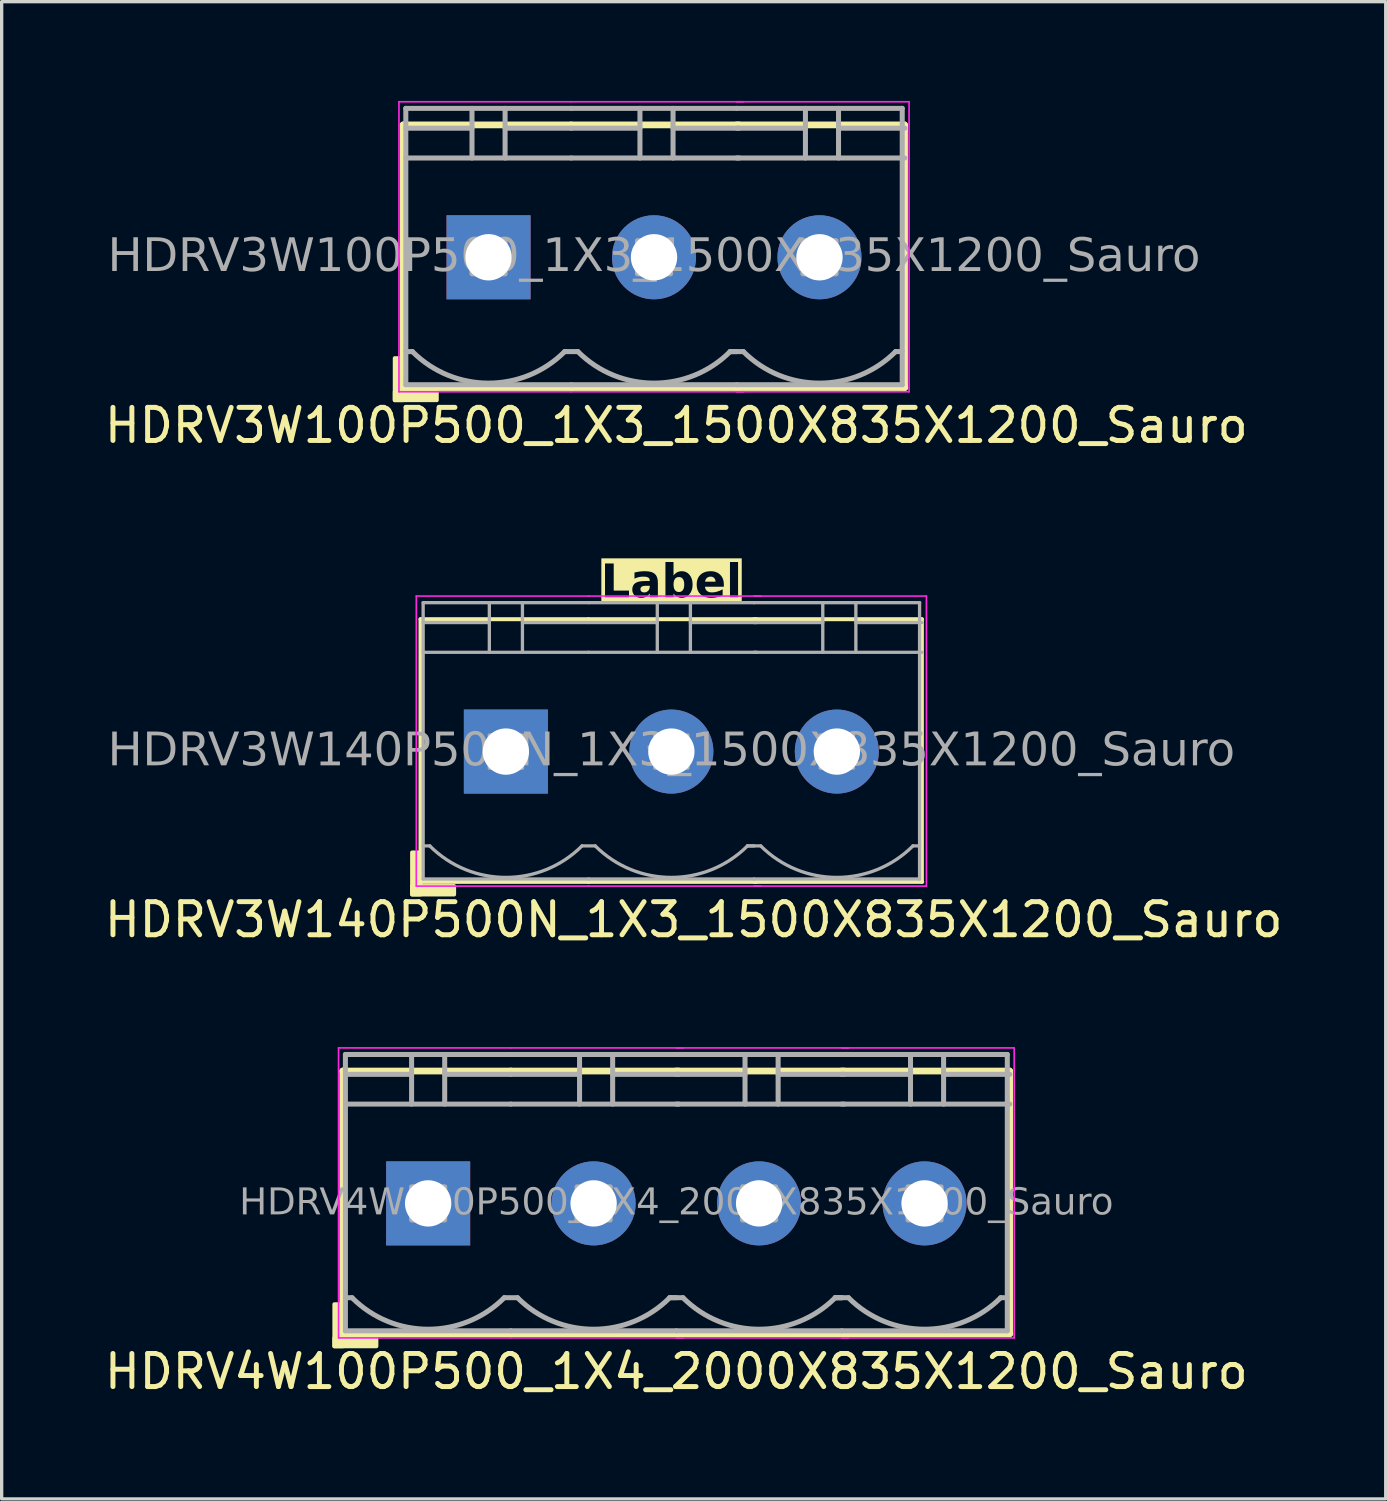
<source format=kicad_pcb>
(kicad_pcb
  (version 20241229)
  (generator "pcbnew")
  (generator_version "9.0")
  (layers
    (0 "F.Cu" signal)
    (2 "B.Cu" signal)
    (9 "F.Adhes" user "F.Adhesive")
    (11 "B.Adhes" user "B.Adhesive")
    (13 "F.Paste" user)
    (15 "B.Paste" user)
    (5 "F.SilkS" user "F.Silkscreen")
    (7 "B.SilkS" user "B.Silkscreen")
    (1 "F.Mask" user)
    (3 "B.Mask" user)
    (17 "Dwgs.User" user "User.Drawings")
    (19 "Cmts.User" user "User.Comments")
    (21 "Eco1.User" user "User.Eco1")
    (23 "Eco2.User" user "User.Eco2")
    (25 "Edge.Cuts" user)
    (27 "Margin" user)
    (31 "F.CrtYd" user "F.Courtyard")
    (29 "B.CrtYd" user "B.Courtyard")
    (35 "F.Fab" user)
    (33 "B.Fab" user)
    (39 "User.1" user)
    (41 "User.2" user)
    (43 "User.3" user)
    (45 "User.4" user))
  (footprint "HDRV4W100P500_1X4_2000X835X1200_Sauro"
    (layer "F.Cu")
    (at 17.387 33.312)
    (property "Reference" "HDRV4W100P500_1X4_2000X835X1200_Sauro" (at 0 5.08 0) (layer "F.SilkS") (effects (font (size 1 1) (thickness 0.15))))
    (attr through_hole)
    (fp_line (start -10.08 -4) (end -10.08 3.937) (stroke (width 0.203) (type solid)) (layer "F.SilkS"))
    (fp_line (start -10.08 3.937) (end -5 3.937) (stroke (width 0.203) (type solid)) (layer "F.SilkS"))
    (fp_line (start -5.005 -4) (end -10.08 -4) (stroke (width 0.203) (type solid)) (layer "F.SilkS"))
    (fp_line (start -5 3.937) (end 0.08 3.937) (stroke (width 0.203) (type solid)) (layer "F.SilkS"))
    (fp_line (start 0 3.937) (end 5.08 3.937) (stroke (width 0.203) (type solid)) (layer "F.SilkS"))
    (fp_line (start 0.07 -4) (end -5.005 -4) (stroke (width 0.203) (type solid)) (layer "F.SilkS"))
    (fp_line (start 5 3.937) (end 10.08 3.937) (stroke (width 0.203) (type solid)) (layer "F.SilkS"))
    (fp_line (start 5.07 -4) (end -0.005 -4) (stroke (width 0.203) (type solid)) (layer "F.SilkS"))
    (fp_line (start 10.07 -4) (end 4.995 -4) (stroke (width 0.203) (type solid)) (layer "F.SilkS"))
    (fp_line (start 10.07 -4) (end 10.07 3.937) (stroke (width 0.203) (type solid)) (layer "F.SilkS"))
    (fp_rect (start -10.08 3.048) (end -10.334 4.318) (stroke (width 0.12) (type solid)) (fill yes) (layer "F.SilkS"))
    (fp_rect (start -9.064 4.318) (end -10.334 4.064) (stroke (width 0.12) (type solid)) (fill yes) (layer "F.SilkS"))
    (fp_line (start -10.207 4.064) (end -10.207 -4.699) (stroke (width 0.05) (type solid)) (layer "F.CrtYd"))
    (fp_line (start -5.005 4.064) (end -10.207 4.064) (stroke (width 0.05) (type solid)) (layer "F.CrtYd"))
    (fp_line (start -5 -4.699) (end -10.207 -4.699) (stroke (width 0.05) (type solid)) (layer "F.CrtYd"))
    (fp_line (start 0.207 -4.699) (end -5 -4.699) (stroke (width 0.05) (type solid)) (layer "F.CrtYd"))
    (fp_line (start 0.207 4.064) (end -5.005 4.064) (stroke (width 0.05) (type solid)) (layer "F.CrtYd"))
    (fp_line (start 5.207 -4.699) (end 0 -4.699) (stroke (width 0.05) (type solid)) (layer "F.CrtYd"))
    (fp_line (start 5.207 4.064) (end -0.005 4.064) (stroke (width 0.05) (type solid)) (layer "F.CrtYd"))
    (fp_line (start 10.207 -4.699) (end 5 -4.699) (stroke (width 0.05) (type solid)) (layer "F.CrtYd"))
    (fp_line (start 10.207 -4.699) (end 10.207 4.064) (stroke (width 0.05) (type solid)) (layer "F.CrtYd"))
    (fp_line (start 10.207 4.064) (end 4.995 4.064) (stroke (width 0.05) (type solid)) (layer "F.CrtYd"))
    (fp_line (start -10 -4.5) (end -10 3.85) (stroke (width 0.152) (type solid)) (layer "F.Fab"))
    (fp_line (start -9.8 2.85) (end -10 2.85) (stroke (width 0.152) (type solid)) (layer "F.Fab"))
    (fp_line (start -8 -4.5) (end -8 -3) (stroke (width 0.152) (type default)) (layer "F.Fab"))
    (fp_line (start -8 -3.9) (end -10 -3.9) (stroke (width 0.152) (type solid)) (layer "F.Fab"))
    (fp_line (start -7 -4.5) (end -7 -3) (stroke (width 0.152) (type default)) (layer "F.Fab"))
    (fp_line (start -7 -3.9) (end -5 -3.9) (stroke (width 0.152) (type solid)) (layer "F.Fab"))
    (fp_line (start -5.2 2.85) (end -4.8 2.85) (stroke (width 0.152) (type solid)) (layer "F.Fab"))
    (fp_line (start -5 -4.5) (end -10 -4.5) (stroke (width 0.152) (type solid)) (layer "F.Fab"))
    (fp_line (start -5 -3) (end -10 -3) (stroke (width 0.152) (type solid)) (layer "F.Fab"))
    (fp_line (start -5 3.85) (end -10 3.85) (stroke (width 0.152) (type solid)) (layer "F.Fab"))
    (fp_line (start -5 3.85) (end 0 3.85) (stroke (width 0.152) (type solid)) (layer "F.Fab"))
    (fp_line (start -2.925 -4.5) (end -2.925 -3) (stroke (width 0.152) (type default)) (layer "F.Fab"))
    (fp_line (start -2.925 -3.9) (end -5 -3.9) (stroke (width 0.152) (type solid)) (layer "F.Fab"))
    (fp_line (start -1.925 -4.5) (end -1.925 -3) (stroke (width 0.152) (type default)) (layer "F.Fab"))
    (fp_line (start -1.925 -3.9) (end 0.075 -3.9) (stroke (width 0.152) (type solid)) (layer "F.Fab"))
    (fp_line (start -0.2 2.85) (end 0.2 2.85) (stroke (width 0.152) (type solid)) (layer "F.Fab"))
    (fp_line (start 0 -4.5) (end -5 -4.5) (stroke (width 0.152) (type solid)) (layer "F.Fab"))
    (fp_line (start 0 2.85) (end -0.2 2.85) (stroke (width 0.152) (type solid)) (layer "F.Fab"))
    (fp_line (start 0 3.85) (end 5 3.85) (stroke (width 0.152) (type solid)) (layer "F.Fab"))
    (fp_line (start 0.075 -3) (end -5 -3) (stroke (width 0.152) (type solid)) (layer "F.Fab"))
    (fp_line (start 2.075 -4.5) (end 2.075 -3) (stroke (width 0.152) (type default)) (layer "F.Fab"))
    (fp_line (start 2.075 -3.9) (end 0 -3.9) (stroke (width 0.152) (type solid)) (layer "F.Fab"))
    (fp_line (start 3.075 -4.5) (end 3.075 -3) (stroke (width 0.152) (type default)) (layer "F.Fab"))
    (fp_line (start 3.075 -3.9) (end 5.075 -3.9) (stroke (width 0.152) (type solid)) (layer "F.Fab"))
    (fp_line (start 4.8 2.85) (end 5.2 2.85) (stroke (width 0.152) (type solid)) (layer "F.Fab"))
    (fp_line (start 5 -4.5) (end 0 -4.5) (stroke (width 0.152) (type solid)) (layer "F.Fab"))
    (fp_line (start 5 2.85) (end 4.8 2.85) (stroke (width 0.152) (type solid)) (layer "F.Fab"))
    (fp_line (start 5 2.85) (end 4.8 2.85) (stroke (width 0.152) (type solid)) (layer "F.Fab"))
    (fp_line (start 5 3.85) (end 10 3.85) (stroke (width 0.152) (type solid)) (layer "F.Fab"))
    (fp_line (start 5.075 -3) (end 0 -3) (stroke (width 0.152) (type solid)) (layer "F.Fab"))
    (fp_line (start 7.075 -4.5) (end 7.075 -3) (stroke (width 0.152) (type default)) (layer "F.Fab"))
    (fp_line (start 7.075 -3.9) (end 5 -3.9) (stroke (width 0.152) (type solid)) (layer "F.Fab"))
    (fp_line (start 8.075 -4.5) (end 8.075 -3) (stroke (width 0.152) (type default)) (layer "F.Fab"))
    (fp_line (start 8.075 -3.9) (end 10.075 -3.9) (stroke (width 0.152) (type solid)) (layer "F.Fab"))
    (fp_line (start 10 -4.5) (end 5 -4.5) (stroke (width 0.152) (type solid)) (layer "F.Fab"))
    (fp_line (start 10 -4.5) (end 10 3.85) (stroke (width 0.152) (type solid)) (layer "F.Fab"))
    (fp_line (start 10 2.85) (end 9.8 2.85) (stroke (width 0.152) (type solid)) (layer "F.Fab"))
    (fp_line (start 10.075 -3) (end 5 -3) (stroke (width 0.152) (type solid)) (layer "F.Fab"))
    (fp_rect (start -8 -0.5) (end -7 0.5) (stroke (width 0.152) (type solid)) (fill no) (layer "F.Fab"))
    (fp_rect (start -3 -0.5) (end -2 0.5) (stroke (width 0.152) (type solid)) (fill no) (layer "F.Fab"))
    (fp_rect (start 2 -0.5) (end 3 0.5) (stroke (width 0.152) (type solid)) (fill no) (layer "F.Fab"))
    (fp_rect (start 7 -0.5) (end 8 0.5) (stroke (width 0.152) (type solid)) (fill no) (layer "F.Fab"))
    (fp_arc (start -5.2 2.85) (mid -7.5 3.802691) (end -9.8 2.85) (stroke (width 0.1524) (type default)) (layer "F.Fab"))
    (fp_arc (start -0.2 2.85) (mid -2.5 3.802691) (end -4.8 2.85) (stroke (width 0.1524) (type default)) (layer "F.Fab"))
    (fp_arc (start 4.8 2.85) (mid 2.5 3.802691) (end 0.2 2.85) (stroke (width 0.1524) (type default)) (layer "F.Fab"))
    (fp_arc (start 9.8 2.85) (mid 7.5 3.802691) (end 5.2 2.85) (stroke (width 0.1524) (type default)) (layer "F.Fab"))
    (fp_text user "${REFERENCE}" (at 0 0 0) (layer "F.Fab") (effects (font (face "Tahoma") (size 0.8 0.8) (thickness 0.15))))
    (pad "1" thru_hole rect (at -7.5 0) (size 2.54 2.54) (drill 1.4) (layers "*.Cu" "*.Mask"))
    (pad "2" thru_hole circle (at -2.5 0) (size 2.54 2.54) (drill 1.4) (layers "*.Cu" "*.Mask"))
    (pad "3" thru_hole circle (at 2.5 0) (size 2.54 2.54) (drill 1.4) (layers "*.Cu" "*.Mask"))
    (pad "4" thru_hole circle (at 7.5 0) (size 2.54 2.54) (drill 1.4) (layers "*.Cu" "*.Mask")))
  (footprint "HDRV3W100P500_1X3_1500X835X1200_Sauro"
    (layer "F.Cu")
    (at 16.712 4.724)
    (property "Reference" "HDRV3W100P500_1X3_1500X835X1200_Sauro" (at 0.675 5.08 0) (layer "F.SilkS") (effects (font (size 1 1) (thickness 0.15))))
    (attr through_hole)
    (fp_line (start -7.58 -4) (end -7.58 3.937) (stroke (width 0.203) (type solid)) (layer "F.SilkS"))
    (fp_line (start -7.58 3.937) (end -2.5 3.937) (stroke (width 0.203) (type solid)) (layer "F.SilkS"))
    (fp_line (start -2.505 -4) (end -7.58 -4) (stroke (width 0.203) (type solid)) (layer "F.SilkS"))
    (fp_line (start -2.5 3.937) (end 2.58 3.937) (stroke (width 0.203) (type solid)) (layer "F.SilkS"))
    (fp_line (start 2.5 3.937) (end 7.58 3.937) (stroke (width 0.203) (type solid)) (layer "F.SilkS"))
    (fp_line (start 2.57 -4) (end -2.505 -4) (stroke (width 0.203) (type solid)) (layer "F.SilkS"))
    (fp_line (start 7.57 -4) (end 2.495 -4) (stroke (width 0.203) (type solid)) (layer "F.SilkS"))
    (fp_line (start 7.57 -4) (end 7.57 3.937) (stroke (width 0.203) (type solid)) (layer "F.SilkS"))
    (fp_rect (start -7.58 3.048) (end -7.834 4.318) (stroke (width 0.12) (type solid)) (fill yes) (layer "F.SilkS"))
    (fp_rect (start -6.564 4.318) (end -7.834 4.064) (stroke (width 0.12) (type solid)) (fill yes) (layer "F.SilkS"))
    (fp_line (start -7.707 4.064) (end -7.707 -4.699) (stroke (width 0.05) (type solid)) (layer "F.CrtYd"))
    (fp_line (start -2.505 4.064) (end -7.707 4.064) (stroke (width 0.05) (type solid)) (layer "F.CrtYd"))
    (fp_line (start -2.5 -4.699) (end -7.707 -4.699) (stroke (width 0.05) (type solid)) (layer "F.CrtYd"))
    (fp_line (start 2.707 -4.699) (end -2.5 -4.699) (stroke (width 0.05) (type solid)) (layer "F.CrtYd"))
    (fp_line (start 2.707 4.064) (end -2.505 4.064) (stroke (width 0.05) (type solid)) (layer "F.CrtYd"))
    (fp_line (start 7.707 -4.699) (end 2.5 -4.699) (stroke (width 0.05) (type solid)) (layer "F.CrtYd"))
    (fp_line (start 7.707 -4.699) (end 7.707 4.064) (stroke (width 0.05) (type solid)) (layer "F.CrtYd"))
    (fp_line (start 7.707 4.064) (end 2.495 4.064) (stroke (width 0.05) (type solid)) (layer "F.CrtYd"))
    (fp_line (start -7.5 -4.5) (end -7.5 3.85) (stroke (width 0.152) (type solid)) (layer "F.Fab"))
    (fp_line (start -7.3 2.85) (end -7.5 2.85) (stroke (width 0.152) (type solid)) (layer "F.Fab"))
    (fp_line (start -5.5 -4.5) (end -5.5 -3) (stroke (width 0.152) (type default)) (layer "F.Fab"))
    (fp_line (start -5.5 -3.9) (end -7.5 -3.9) (stroke (width 0.152) (type solid)) (layer "F.Fab"))
    (fp_line (start -4.5 -4.5) (end -4.5 -3) (stroke (width 0.152) (type default)) (layer "F.Fab"))
    (fp_line (start -4.5 -3.9) (end -2.5 -3.9) (stroke (width 0.152) (type solid)) (layer "F.Fab"))
    (fp_line (start -2.7 2.85) (end -2.3 2.85) (stroke (width 0.152) (type solid)) (layer "F.Fab"))
    (fp_line (start -2.5 -4.5) (end -7.5 -4.5) (stroke (width 0.152) (type solid)) (layer "F.Fab"))
    (fp_line (start -2.5 -3) (end -7.5 -3) (stroke (width 0.152) (type solid)) (layer "F.Fab"))
    (fp_line (start -2.5 3.85) (end -7.5 3.85) (stroke (width 0.152) (type solid)) (layer "F.Fab"))
    (fp_line (start -2.5 3.85) (end 2.5 3.85) (stroke (width 0.152) (type solid)) (layer "F.Fab"))
    (fp_line (start -0.425 -4.5) (end -0.425 -3) (stroke (width 0.152) (type default)) (layer "F.Fab"))
    (fp_line (start -0.425 -3.9) (end -2.5 -3.9) (stroke (width 0.152) (type solid)) (layer "F.Fab"))
    (fp_line (start 0.575 -4.5) (end 0.575 -3) (stroke (width 0.152) (type default)) (layer "F.Fab"))
    (fp_line (start 0.575 -3.9) (end 2.575 -3.9) (stroke (width 0.152) (type solid)) (layer "F.Fab"))
    (fp_line (start 2.3 2.85) (end 2.7 2.85) (stroke (width 0.152) (type solid)) (layer "F.Fab"))
    (fp_line (start 2.5 -4.5) (end -2.5 -4.5) (stroke (width 0.152) (type solid)) (layer "F.Fab"))
    (fp_line (start 2.5 2.85) (end 2.3 2.85) (stroke (width 0.152) (type solid)) (layer "F.Fab"))
    (fp_line (start 2.5 3.85) (end 7.5 3.85) (stroke (width 0.152) (type solid)) (layer "F.Fab"))
    (fp_line (start 2.575 -3) (end -2.5 -3) (stroke (width 0.152) (type solid)) (layer "F.Fab"))
    (fp_line (start 4.575 -4.5) (end 4.575 -3) (stroke (width 0.152) (type default)) (layer "F.Fab"))
    (fp_line (start 4.575 -3.9) (end 2.5 -3.9) (stroke (width 0.152) (type solid)) (layer "F.Fab"))
    (fp_line (start 5.575 -4.5) (end 5.575 -3) (stroke (width 0.152) (type default)) (layer "F.Fab"))
    (fp_line (start 5.575 -3.9) (end 7.575 -3.9) (stroke (width 0.152) (type solid)) (layer "F.Fab"))
    (fp_line (start 7.5 -4.5) (end 2.5 -4.5) (stroke (width 0.152) (type solid)) (layer "F.Fab"))
    (fp_line (start 7.5 -4.5) (end 7.5 3.85) (stroke (width 0.152) (type solid)) (layer "F.Fab"))
    (fp_line (start 7.5 2.85) (end 7.3 2.85) (stroke (width 0.152) (type solid)) (layer "F.Fab"))
    (fp_line (start 7.575 -3) (end 2.5 -3) (stroke (width 0.152) (type solid)) (layer "F.Fab"))
    (fp_rect (start -5.5 -0.5) (end -4.5 0.5) (stroke (width 0.152) (type solid)) (fill no) (layer "F.Fab"))
    (fp_rect (start -0.5 -0.5) (end 0.5 0.5) (stroke (width 0.152) (type solid)) (fill no) (layer "F.Fab"))
    (fp_rect (start 4.5 -0.5) (end 5.5 0.5) (stroke (width 0.152) (type solid)) (fill no) (layer "F.Fab"))
    (fp_arc (start -2.7 2.85) (mid -5 3.802691) (end -7.3 2.85) (stroke (width 0.1524) (type default)) (layer "F.Fab"))
    (fp_arc (start 2.3 2.85) (mid 0 3.802691) (end -2.3 2.85) (stroke (width 0.1524) (type default)) (layer "F.Fab"))
    (fp_arc (start 7.3 2.85) (mid 5 3.802691) (end 2.7 2.85) (stroke (width 0.1524) (type default)) (layer "F.Fab"))
    (fp_text user "${REFERENCE}" (at 0 0 0) (layer "F.Fab") (effects (font (face "Tahoma") (size 1 1) (thickness 0.15))))
    (pad "1" thru_hole rect (at -5 0) (size 2.54 2.54) (drill 1.4) (layers "*.Cu" "*.Mask"))
    (pad "2" thru_hole circle (at 0 0) (size 2.54 2.54) (drill 1.4) (layers "*.Cu" "*.Mask"))
    (pad "3" thru_hole circle (at 5 0) (size 2.54 2.54) (drill 1.4) (layers "*.Cu" "*.Mask")))
  (footprint "HDRV3W140P500N_1X3_1500X835X1200_Sauro"
    (layer "F.Cu")
    (at 17.236 19.66)
    (property "Reference" "HDRV3W140P500N_1X3_1500X835X1200_Sauro" (at 0.675 5.08 0) (layer "F.SilkS") (effects (font (size 1 1) (thickness 0.15))))
    (property "Label" "Label" (at 0 -5.08 0) (layer "F.SilkS" knockout) (effects (font (face "Tahoma") (size 1 1) (thickness 0.2) (bold yes))))
    (attr through_hole)
    (fp_line (start -7.58 -4) (end -7.58 3.937) (stroke (width 0.12) (type solid)) (layer "F.SilkS"))
    (fp_line (start -7.58 3.937) (end -2.5 3.937) (stroke (width 0.12) (type solid)) (layer "F.SilkS"))
    (fp_line (start -2.505 -4) (end -7.58 -4) (stroke (width 0.12) (type solid)) (layer "F.SilkS"))
    (fp_line (start -2.5 3.937) (end 2.58 3.937) (stroke (width 0.12) (type solid)) (layer "F.SilkS"))
    (fp_line (start 2.5 3.937) (end 7.58 3.937) (stroke (width 0.12) (type solid)) (layer "F.SilkS"))
    (fp_line (start 2.57 -4) (end -2.505 -4) (stroke (width 0.12) (type solid)) (layer "F.SilkS"))
    (fp_line (start 7.57 -4) (end 2.495 -4) (stroke (width 0.12) (type solid)) (layer "F.SilkS"))
    (fp_line (start 7.57 -4) (end 7.57 3.937) (stroke (width 0.12) (type solid)) (layer "F.SilkS"))
    (fp_rect (start -7.58 3.048) (end -7.834 4.318) (stroke (width 0.12) (type solid)) (fill yes) (layer "F.SilkS"))
    (fp_rect (start -6.564 4.318) (end -7.834 4.064) (stroke (width 0.12) (type solid)) (fill yes) (layer "F.SilkS"))
    (fp_line (start -7.707 4.064) (end -7.707 -4.699) (stroke (width 0.05) (type solid)) (layer "F.CrtYd"))
    (fp_line (start -2.505 4.064) (end -7.707 4.064) (stroke (width 0.05) (type solid)) (layer "F.CrtYd"))
    (fp_line (start -2.5 -4.699) (end -7.707 -4.699) (stroke (width 0.05) (type solid)) (layer "F.CrtYd"))
    (fp_line (start 2.707 -4.699) (end -2.5 -4.699) (stroke (width 0.05) (type solid)) (layer "F.CrtYd"))
    (fp_line (start 2.707 4.064) (end -2.505 4.064) (stroke (width 0.05) (type solid)) (layer "F.CrtYd"))
    (fp_line (start 7.707 -4.699) (end 2.5 -4.699) (stroke (width 0.05) (type solid)) (layer "F.CrtYd"))
    (fp_line (start 7.707 -4.699) (end 7.707 4.064) (stroke (width 0.05) (type solid)) (layer "F.CrtYd"))
    (fp_line (start 7.707 4.064) (end 2.495 4.064) (stroke (width 0.05) (type solid)) (layer "F.CrtYd"))
    (fp_line (start -7.5 -4.5) (end -7.5 3.85) (stroke (width 0.1) (type solid)) (layer "F.Fab"))
    (fp_line (start -7.3 2.85) (end -7.5 2.85) (stroke (width 0.1) (type solid)) (layer "F.Fab"))
    (fp_line (start -5.5 -4.5) (end -5.5 -3) (stroke (width 0.1) (type default)) (layer "F.Fab"))
    (fp_line (start -5.5 -3.9) (end -7.5 -3.9) (stroke (width 0.1) (type solid)) (layer "F.Fab"))
    (fp_line (start -4.5 -4.5) (end -4.5 -3) (stroke (width 0.1) (type default)) (layer "F.Fab"))
    (fp_line (start -4.5 -3.9) (end -2.5 -3.9) (stroke (width 0.1) (type solid)) (layer "F.Fab"))
    (fp_line (start -2.7 2.85) (end -2.3 2.85) (stroke (width 0.1) (type solid)) (layer "F.Fab"))
    (fp_line (start -2.5 -4.5) (end -7.5 -4.5) (stroke (width 0.1) (type solid)) (layer "F.Fab"))
    (fp_line (start -2.5 -3) (end -7.5 -3) (stroke (width 0.1) (type solid)) (layer "F.Fab"))
    (fp_line (start -2.5 3.85) (end -7.5 3.85) (stroke (width 0.1) (type solid)) (layer "F.Fab"))
    (fp_line (start -2.5 3.85) (end 2.5 3.85) (stroke (width 0.1) (type solid)) (layer "F.Fab"))
    (fp_line (start -0.425 -4.5) (end -0.425 -3) (stroke (width 0.1) (type default)) (layer "F.Fab"))
    (fp_line (start -0.425 -3.9) (end -2.5 -3.9) (stroke (width 0.1) (type solid)) (layer "F.Fab"))
    (fp_line (start 0.575 -4.5) (end 0.575 -3) (stroke (width 0.1) (type default)) (layer "F.Fab"))
    (fp_line (start 0.575 -3.9) (end 2.575 -3.9) (stroke (width 0.1) (type solid)) (layer "F.Fab"))
    (fp_line (start 2.3 2.85) (end 2.7 2.85) (stroke (width 0.1) (type solid)) (layer "F.Fab"))
    (fp_line (start 2.5 -4.5) (end -2.5 -4.5) (stroke (width 0.1) (type solid)) (layer "F.Fab"))
    (fp_line (start 2.5 2.85) (end 2.3 2.85) (stroke (width 0.1) (type solid)) (layer "F.Fab"))
    (fp_line (start 2.5 3.85) (end 7.5 3.85) (stroke (width 0.1) (type solid)) (layer "F.Fab"))
    (fp_line (start 2.575 -3) (end -2.5 -3) (stroke (width 0.1) (type solid)) (layer "F.Fab"))
    (fp_line (start 4.575 -4.5) (end 4.575 -3) (stroke (width 0.1) (type default)) (layer "F.Fab"))
    (fp_line (start 4.575 -3.9) (end 2.5 -3.9) (stroke (width 0.1) (type solid)) (layer "F.Fab"))
    (fp_line (start 5.575 -4.5) (end 5.575 -3) (stroke (width 0.1) (type default)) (layer "F.Fab"))
    (fp_line (start 5.575 -3.9) (end 7.575 -3.9) (stroke (width 0.1) (type solid)) (layer "F.Fab"))
    (fp_line (start 7.5 -4.5) (end 2.5 -4.5) (stroke (width 0.1) (type solid)) (layer "F.Fab"))
    (fp_line (start 7.5 -4.5) (end 7.5 3.85) (stroke (width 0.1) (type solid)) (layer "F.Fab"))
    (fp_line (start 7.5 2.85) (end 7.3 2.85) (stroke (width 0.1) (type solid)) (layer "F.Fab"))
    (fp_line (start 7.575 -3) (end 2.5 -3) (stroke (width 0.1) (type solid)) (layer "F.Fab"))
    (fp_rect (start -5.5 -0.5) (end -4.5 0.5) (stroke (width 0.1) (type solid)) (fill no) (layer "F.Fab"))
    (fp_rect (start -0.5 -0.5) (end 0.5 0.5) (stroke (width 0.1) (type solid)) (fill no) (layer "F.Fab"))
    (fp_rect (start 4.5 -0.5) (end 5.5 0.5) (stroke (width 0.1) (type solid)) (fill no) (layer "F.Fab"))
    (fp_arc (start -2.7 2.85) (mid -5 3.802691) (end -7.3 2.85) (stroke (width 0.1) (type default)) (layer "F.Fab"))
    (fp_arc (start 2.3 2.85) (mid 0 3.802691) (end -2.3 2.85) (stroke (width 0.1) (type default)) (layer "F.Fab"))
    (fp_arc (start 7.3 2.85) (mid 5 3.802691) (end 2.7 2.85) (stroke (width 0.1) (type default)) (layer "F.Fab"))
    (fp_text user "${REFERENCE}" (at 0 0 0) (layer "F.Fab") (effects (font (face "Tahoma") (size 1 1) (thickness 0.15))))
    (pad "1" thru_hole rect (at -5 0) (size 2.54 2.54) (drill 1.4) (layers "*.Cu" "*.Mask"))
    (pad "2" thru_hole circle (at 0 0) (size 2.54 2.54) (drill 1.4) (layers "*.Cu" "*.Mask"))
    (pad "3" thru_hole circle (at 5 0) (size 2.54 2.54) (drill 1.4) (layers "*.Cu" "*.Mask")))
  (gr_rect
    (start -3 -3)
    (end 38.821 42.241)
    (stroke (width 0.1) (type default))
    (fill no)
    (layer "Edge.Cuts")))
</source>
